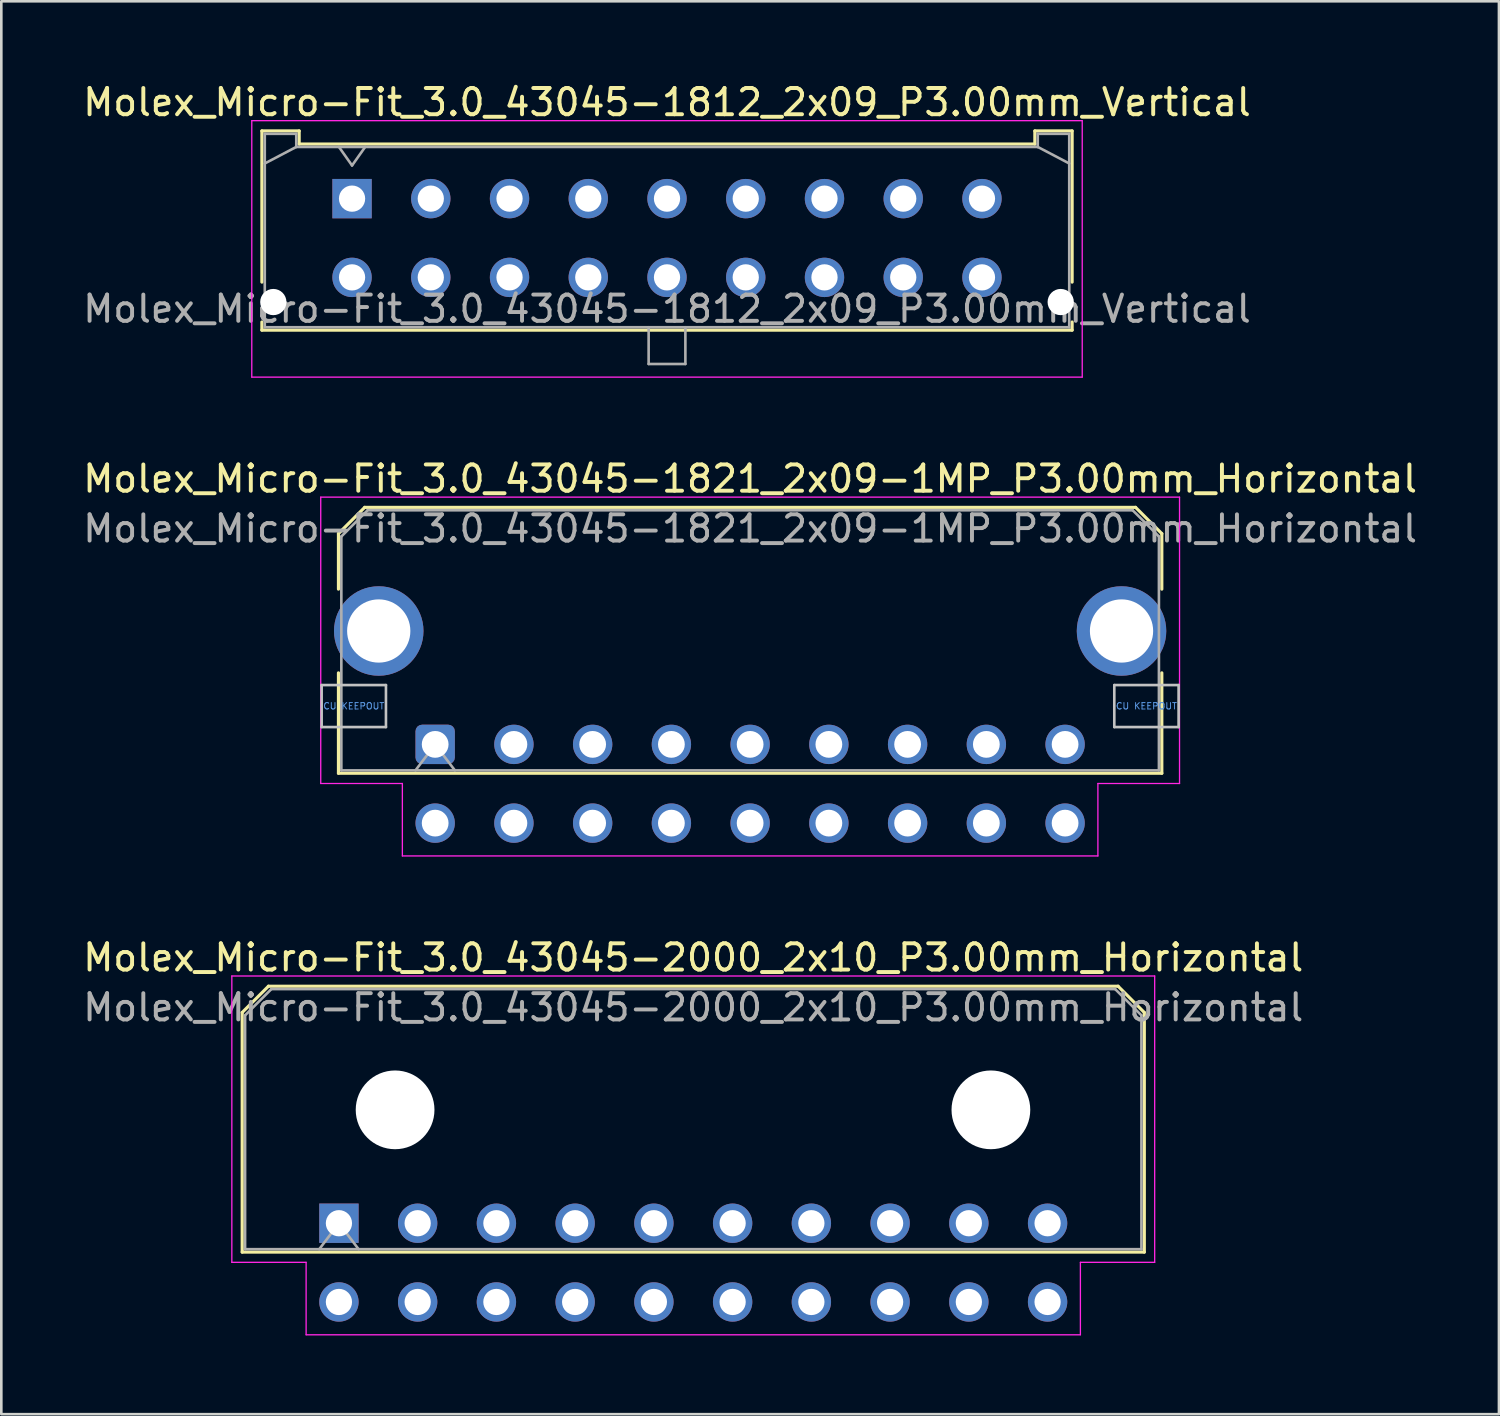
<source format=kicad_pcb>
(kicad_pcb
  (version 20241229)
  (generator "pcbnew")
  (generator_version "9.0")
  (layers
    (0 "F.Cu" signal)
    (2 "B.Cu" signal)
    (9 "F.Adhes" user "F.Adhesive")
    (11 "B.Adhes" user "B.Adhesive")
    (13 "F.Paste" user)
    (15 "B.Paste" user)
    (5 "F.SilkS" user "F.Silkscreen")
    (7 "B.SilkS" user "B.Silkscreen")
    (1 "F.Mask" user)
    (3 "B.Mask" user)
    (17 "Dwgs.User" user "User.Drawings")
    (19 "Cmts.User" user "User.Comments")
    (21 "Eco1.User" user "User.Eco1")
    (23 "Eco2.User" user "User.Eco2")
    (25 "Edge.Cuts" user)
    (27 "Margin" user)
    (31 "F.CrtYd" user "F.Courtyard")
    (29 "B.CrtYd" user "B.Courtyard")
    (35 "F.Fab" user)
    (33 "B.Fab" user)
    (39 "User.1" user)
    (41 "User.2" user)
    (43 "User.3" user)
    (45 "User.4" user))
  (footprint "Molex_Micro-Fit_3.0_43045-1812_2x09_P3.00mm_Vertical"
    (layer "F.Cu")
    (at 10.363 4.518)
    (property "Reference" "Molex_Micro-Fit_3.0_43045-1812_2x09_P3.00mm_Vertical" (at 12 -3.67 0) (layer "F.SilkS") (effects (font (size 1 1) (thickness 0.15))))
    (attr through_hole)
    (fp_line (start -3.435 -2.58) (end -2.015 -2.58) (stroke (width 0.12) (type solid)) (layer "F.SilkS"))
    (fp_line (start -3.435 3.18) (end -3.435 -2.58) (stroke (width 0.12) (type solid)) (layer "F.SilkS"))
    (fp_line (start -3.435 4.7) (end -3.435 5.01) (stroke (width 0.12) (type solid)) (layer "F.SilkS"))
    (fp_line (start -3.435 5.01) (end 27.435 5.01) (stroke (width 0.12) (type solid)) (layer "F.SilkS"))
    (fp_line (start -2.015 -2.58) (end -2.015 -2.08) (stroke (width 0.12) (type solid)) (layer "F.SilkS"))
    (fp_line (start -2.015 -2.08) (end 26.015 -2.08) (stroke (width 0.12) (type solid)) (layer "F.SilkS"))
    (fp_line (start 26.015 -2.58) (end 27.435 -2.58) (stroke (width 0.12) (type solid)) (layer "F.SilkS"))
    (fp_line (start 26.015 -2.08) (end 26.015 -2.58) (stroke (width 0.12) (type solid)) (layer "F.SilkS"))
    (fp_line (start 27.435 -2.58) (end 27.435 3.18) (stroke (width 0.12) (type solid)) (layer "F.SilkS"))
    (fp_line (start 27.435 5.01) (end 27.435 4.7) (stroke (width 0.12) (type solid)) (layer "F.SilkS"))
    (fp_line (start -3.82 -2.97) (end 27.82 -2.97) (stroke (width 0.05) (type solid)) (layer "F.CrtYd"))
    (fp_line (start -3.82 6.8) (end -3.82 -2.97) (stroke (width 0.05) (type solid)) (layer "F.CrtYd"))
    (fp_line (start 27.82 -2.97) (end 27.82 6.8) (stroke (width 0.05) (type solid)) (layer "F.CrtYd"))
    (fp_line (start 27.82 6.8) (end -3.82 6.8) (stroke (width 0.05) (type solid)) (layer "F.CrtYd"))
    (fp_line (start -3.325 -2.47) (end -3.325 4.9) (stroke (width 0.1) (type solid)) (layer "F.Fab"))
    (fp_line (start -3.325 -1.34) (end -2.125 -1.97) (stroke (width 0.1) (type solid)) (layer "F.Fab"))
    (fp_line (start -3.325 4.9) (end 27.325 4.9) (stroke (width 0.1) (type solid)) (layer "F.Fab"))
    (fp_line (start -2.125 -2.47) (end -3.325 -2.47) (stroke (width 0.1) (type solid)) (layer "F.Fab"))
    (fp_line (start -2.125 -1.97) (end -2.125 -2.47) (stroke (width 0.1) (type solid)) (layer "F.Fab"))
    (fp_line (start -0.5 -1.97) (end 0 -1.263) (stroke (width 0.1) (type solid)) (layer "F.Fab"))
    (fp_line (start 0 -1.263) (end 0.5 -1.97) (stroke (width 0.1) (type solid)) (layer "F.Fab"))
    (fp_line (start 11.3 4.9) (end 11.3 6.3) (stroke (width 0.1) (type solid)) (layer "F.Fab"))
    (fp_line (start 11.3 6.3) (end 12.7 6.3) (stroke (width 0.1) (type solid)) (layer "F.Fab"))
    (fp_line (start 12.7 6.3) (end 12.7 4.9) (stroke (width 0.1) (type solid)) (layer "F.Fab"))
    (fp_line (start 26.125 -2.47) (end 26.125 -1.97) (stroke (width 0.1) (type solid)) (layer "F.Fab"))
    (fp_line (start 26.125 -1.97) (end -2.125 -1.97) (stroke (width 0.1) (type solid)) (layer "F.Fab"))
    (fp_line (start 27.325 -2.47) (end 26.125 -2.47) (stroke (width 0.1) (type solid)) (layer "F.Fab"))
    (fp_line (start 27.325 -1.34) (end 26.125 -1.97) (stroke (width 0.1) (type solid)) (layer "F.Fab"))
    (fp_line (start 27.325 4.9) (end 27.325 -2.47) (stroke (width 0.1) (type solid)) (layer "F.Fab"))
    (fp_text user "${REFERENCE}" (at 12 4.2 0) (layer "F.Fab") (effects (font (size 1 1) (thickness 0.15))))
    (pad "" np_thru_hole circle (at -3 3.94) (size 1 1) (drill 1) (layers "*.Cu" "*.Mask"))
    (pad "" np_thru_hole circle (at 27 3.94) (size 1 1) (drill 1) (layers "*.Cu" "*.Mask"))
    (pad "1" thru_hole rect (at 0 0) (size 1.5 1.5) (drill 1) (layers "*.Cu" "*.Mask"))
    (pad "2" thru_hole circle (at 3 0) (size 1.5 1.5) (drill 1) (layers "*.Cu" "*.Mask"))
    (pad "3" thru_hole circle (at 6 0) (size 1.5 1.5) (drill 1) (layers "*.Cu" "*.Mask"))
    (pad "4" thru_hole circle (at 9 0) (size 1.5 1.5) (drill 1) (layers "*.Cu" "*.Mask"))
    (pad "5" thru_hole circle (at 12 0) (size 1.5 1.5) (drill 1) (layers "*.Cu" "*.Mask"))
    (pad "6" thru_hole circle (at 15 0) (size 1.5 1.5) (drill 1) (layers "*.Cu" "*.Mask"))
    (pad "7" thru_hole circle (at 18 0) (size 1.5 1.5) (drill 1) (layers "*.Cu" "*.Mask"))
    (pad "8" thru_hole circle (at 21 0) (size 1.5 1.5) (drill 1) (layers "*.Cu" "*.Mask"))
    (pad "9" thru_hole circle (at 24 0) (size 1.5 1.5) (drill 1) (layers "*.Cu" "*.Mask"))
    (pad "10" thru_hole circle (at 0 3) (size 1.5 1.5) (drill 1) (layers "*.Cu" "*.Mask"))
    (pad "11" thru_hole circle (at 3 3) (size 1.5 1.5) (drill 1) (layers "*.Cu" "*.Mask"))
    (pad "12" thru_hole circle (at 6 3) (size 1.5 1.5) (drill 1) (layers "*.Cu" "*.Mask"))
    (pad "13" thru_hole circle (at 9 3) (size 1.5 1.5) (drill 1) (layers "*.Cu" "*.Mask"))
    (pad "14" thru_hole circle (at 12 3) (size 1.5 1.5) (drill 1) (layers "*.Cu" "*.Mask"))
    (pad "15" thru_hole circle (at 15 3) (size 1.5 1.5) (drill 1) (layers "*.Cu" "*.Mask"))
    (pad "16" thru_hole circle (at 18 3) (size 1.5 1.5) (drill 1) (layers "*.Cu" "*.Mask"))
    (pad "17" thru_hole circle (at 21 3) (size 1.5 1.5) (drill 1) (layers "*.Cu" "*.Mask"))
    (pad "18" thru_hole circle (at 24 3) (size 1.5 1.5) (drill 1) (layers "*.Cu" "*.Mask")))
  (footprint "Molex_Micro-Fit_3.0_43045-2000_2x10_P3.00mm_Horizontal"
    (layer "F.Cu")
    (at 9.863 43.555)
    (property "Reference" "Molex_Micro-Fit_3.0_43045-2000_2x10_P3.00mm_Horizontal" (at 13.5 -10.12 0) (layer "F.SilkS") (effects (font (size 1 1) (thickness 0.15))))
    (attr through_hole)
    (fp_line (start -3.685 -8.03) (end -2.685 -9.03) (stroke (width 0.12) (type solid)) (layer "F.SilkS"))
    (fp_line (start -3.685 1.1) (end -3.685 -8.03) (stroke (width 0.12) (type solid)) (layer "F.SilkS"))
    (fp_line (start -2.685 -9.03) (end 29.685 -9.03) (stroke (width 0.12) (type solid)) (layer "F.SilkS"))
    (fp_line (start 29.685 -9.03) (end 30.685 -8.03) (stroke (width 0.12) (type solid)) (layer "F.SilkS"))
    (fp_line (start 30.685 -8.03) (end 30.685 1.1) (stroke (width 0.12) (type solid)) (layer "F.SilkS"))
    (fp_line (start 30.685 1.1) (end -3.685 1.1) (stroke (width 0.12) (type solid)) (layer "F.SilkS"))
    (fp_line (start -4.08 -9.42) (end 31.08 -9.42) (stroke (width 0.05) (type solid)) (layer "F.CrtYd"))
    (fp_line (start -4.08 1.49) (end -4.08 -9.42) (stroke (width 0.05) (type solid)) (layer "F.CrtYd"))
    (fp_line (start -1.25 1.49) (end -4.08 1.49) (stroke (width 0.05) (type solid)) (layer "F.CrtYd"))
    (fp_line (start -1.25 4.25) (end -1.25 1.49) (stroke (width 0.05) (type solid)) (layer "F.CrtYd"))
    (fp_line (start 28.25 1.49) (end 28.25 4.25) (stroke (width 0.05) (type solid)) (layer "F.CrtYd"))
    (fp_line (start 28.25 4.25) (end -1.25 4.25) (stroke (width 0.05) (type solid)) (layer "F.CrtYd"))
    (fp_line (start 31.08 -9.42) (end 31.08 1.49) (stroke (width 0.05) (type solid)) (layer "F.CrtYd"))
    (fp_line (start 31.08 1.49) (end 28.25 1.49) (stroke (width 0.05) (type solid)) (layer "F.CrtYd"))
    (fp_line (start -3.575 -7.92) (end -2.575 -8.92) (stroke (width 0.1) (type solid)) (layer "F.Fab"))
    (fp_line (start -3.575 0.99) (end -3.575 -7.92) (stroke (width 0.1) (type solid)) (layer "F.Fab"))
    (fp_line (start -2.575 -8.92) (end 29.575 -8.92) (stroke (width 0.1) (type solid)) (layer "F.Fab"))
    (fp_line (start -0.75 0.99) (end 0 0) (stroke (width 0.1) (type solid)) (layer "F.Fab"))
    (fp_line (start 0 0) (end 0.75 0.99) (stroke (width 0.1) (type solid)) (layer "F.Fab"))
    (fp_line (start 29.575 -8.92) (end 30.575 -7.92) (stroke (width 0.1) (type solid)) (layer "F.Fab"))
    (fp_line (start 30.575 -7.92) (end 30.575 0.99) (stroke (width 0.1) (type solid)) (layer "F.Fab"))
    (fp_line (start 30.575 0.99) (end -3.575 0.99) (stroke (width 0.1) (type solid)) (layer "F.Fab"))
    (fp_text user "${REFERENCE}" (at 13.5 -8.22 0) (layer "F.Fab") (effects (font (size 1 1) (thickness 0.15))))
    (pad "" np_thru_hole circle (at 2.14 -4.32) (size 3 3) (drill 3) (layers "*.Cu" "*.Mask"))
    (pad "" np_thru_hole circle (at 24.84 -4.32) (size 3 3) (drill 3) (layers "*.Cu" "*.Mask"))
    (pad "1" thru_hole rect (at 0 0) (size 1.5 1.5) (drill 1) (layers "*.Cu" "*.Mask"))
    (pad "2" thru_hole circle (at 3 0) (size 1.5 1.5) (drill 1) (layers "*.Cu" "*.Mask"))
    (pad "3" thru_hole circle (at 6 0) (size 1.5 1.5) (drill 1) (layers "*.Cu" "*.Mask"))
    (pad "4" thru_hole circle (at 9 0) (size 1.5 1.5) (drill 1) (layers "*.Cu" "*.Mask"))
    (pad "5" thru_hole circle (at 12 0) (size 1.5 1.5) (drill 1) (layers "*.Cu" "*.Mask"))
    (pad "6" thru_hole circle (at 15 0) (size 1.5 1.5) (drill 1) (layers "*.Cu" "*.Mask"))
    (pad "7" thru_hole circle (at 18 0) (size 1.5 1.5) (drill 1) (layers "*.Cu" "*.Mask"))
    (pad "8" thru_hole circle (at 21 0) (size 1.5 1.5) (drill 1) (layers "*.Cu" "*.Mask"))
    (pad "9" thru_hole circle (at 24 0) (size 1.5 1.5) (drill 1) (layers "*.Cu" "*.Mask"))
    (pad "10" thru_hole circle (at 27 0) (size 1.5 1.5) (drill 1) (layers "*.Cu" "*.Mask"))
    (pad "11" thru_hole circle (at 0 3) (size 1.5 1.5) (drill 1) (layers "*.Cu" "*.Mask"))
    (pad "12" thru_hole circle (at 3 3) (size 1.5 1.5) (drill 1) (layers "*.Cu" "*.Mask"))
    (pad "13" thru_hole circle (at 6 3) (size 1.5 1.5) (drill 1) (layers "*.Cu" "*.Mask"))
    (pad "14" thru_hole circle (at 9 3) (size 1.5 1.5) (drill 1) (layers "*.Cu" "*.Mask"))
    (pad "15" thru_hole circle (at 12 3) (size 1.5 1.5) (drill 1) (layers "*.Cu" "*.Mask"))
    (pad "16" thru_hole circle (at 15 3) (size 1.5 1.5) (drill 1) (layers "*.Cu" "*.Mask"))
    (pad "17" thru_hole circle (at 18 3) (size 1.5 1.5) (drill 1) (layers "*.Cu" "*.Mask"))
    (pad "18" thru_hole circle (at 21 3) (size 1.5 1.5) (drill 1) (layers "*.Cu" "*.Mask"))
    (pad "19" thru_hole circle (at 24 3) (size 1.5 1.5) (drill 1) (layers "*.Cu" "*.Mask"))
    (pad "20" thru_hole circle (at 27 3) (size 1.5 1.5) (drill 1) (layers "*.Cu" "*.Mask")))
  (footprint "Molex_Micro-Fit_3.0_43045-1821_2x09-1MP_P3.00mm_Horizontal"
    (layer "F.Cu")
    (at 13.53 25.311)
    (property "Reference" "Molex_Micro-Fit_3.0_43045-1821_2x09-1MP_P3.00mm_Horizontal" (at 12 -10.12 0) (layer "F.SilkS") (effects (font (size 1 1) (thickness 0.15))))
    (attr through_hole)
    (fp_line (start -3.685 -8.03) (end -2.685 -9.03) (stroke (width 0.12) (type solid)) (layer "F.SilkS"))
    (fp_line (start -3.685 -5.915) (end -3.685 -8.03) (stroke (width 0.12) (type solid)) (layer "F.SilkS"))
    (fp_line (start -3.685 -2.725) (end -3.685 1.1) (stroke (width 0.12) (type solid)) (layer "F.SilkS"))
    (fp_line (start -3.685 1.1) (end 27.685 1.1) (stroke (width 0.12) (type solid)) (layer "F.SilkS"))
    (fp_line (start -2.685 -9.03) (end 26.685 -9.03) (stroke (width 0.12) (type solid)) (layer "F.SilkS"))
    (fp_line (start 26.685 -9.03) (end 27.685 -8.03) (stroke (width 0.12) (type solid)) (layer "F.SilkS"))
    (fp_line (start 27.685 -8.03) (end 27.685 -5.915) (stroke (width 0.12) (type solid)) (layer "F.SilkS"))
    (fp_line (start 27.685 1.1) (end 27.685 -2.725) (stroke (width 0.12) (type solid)) (layer "F.SilkS"))
    (fp_line (start -4.325 -2.26) (end -4.325 -0.66) (stroke (width 0.1) (type solid)) (layer "Dwgs.User"))
    (fp_line (start -4.325 -0.66) (end -1.875 -0.66) (stroke (width 0.1) (type solid)) (layer "Dwgs.User"))
    (fp_line (start -1.875 -2.26) (end -4.325 -2.26) (stroke (width 0.1) (type solid)) (layer "Dwgs.User"))
    (fp_line (start -1.875 -0.66) (end -1.875 -2.26) (stroke (width 0.1) (type solid)) (layer "Dwgs.User"))
    (fp_line (start 25.875 -2.26) (end 25.875 -0.66) (stroke (width 0.1) (type solid)) (layer "Dwgs.User"))
    (fp_line (start 25.875 -0.66) (end 28.325 -0.66) (stroke (width 0.1) (type solid)) (layer "Dwgs.User"))
    (fp_line (start 28.325 -2.26) (end 25.875 -2.26) (stroke (width 0.1) (type solid)) (layer "Dwgs.User"))
    (fp_line (start 28.325 -0.66) (end 28.325 -2.26) (stroke (width 0.1) (type solid)) (layer "Dwgs.User"))
    (fp_line (start -4.36 -9.42) (end 28.36 -9.42) (stroke (width 0.05) (type solid)) (layer "F.CrtYd"))
    (fp_line (start -4.36 1.49) (end -4.36 -9.42) (stroke (width 0.05) (type solid)) (layer "F.CrtYd"))
    (fp_line (start -1.25 1.49) (end -4.36 1.49) (stroke (width 0.05) (type solid)) (layer "F.CrtYd"))
    (fp_line (start -1.25 4.25) (end -1.25 1.49) (stroke (width 0.05) (type solid)) (layer "F.CrtYd"))
    (fp_line (start 25.25 1.49) (end 25.25 4.25) (stroke (width 0.05) (type solid)) (layer "F.CrtYd"))
    (fp_line (start 25.25 4.25) (end -1.25 4.25) (stroke (width 0.05) (type solid)) (layer "F.CrtYd"))
    (fp_line (start 28.36 -9.42) (end 28.36 1.49) (stroke (width 0.05) (type solid)) (layer "F.CrtYd"))
    (fp_line (start 28.36 1.49) (end 25.25 1.49) (stroke (width 0.05) (type solid)) (layer "F.CrtYd"))
    (fp_line (start -3.575 -7.92) (end -2.575 -8.92) (stroke (width 0.1) (type solid)) (layer "F.Fab"))
    (fp_line (start -3.575 0.99) (end -3.575 -7.92) (stroke (width 0.1) (type solid)) (layer "F.Fab"))
    (fp_line (start -2.575 -8.92) (end 26.575 -8.92) (stroke (width 0.1) (type solid)) (layer "F.Fab"))
    (fp_line (start -0.75 0.99) (end 0 0) (stroke (width 0.1) (type solid)) (layer "F.Fab"))
    (fp_line (start 0 0) (end 0.75 0.99) (stroke (width 0.1) (type solid)) (layer "F.Fab"))
    (fp_line (start 26.575 -8.92) (end 27.575 -7.92) (stroke (width 0.1) (type solid)) (layer "F.Fab"))
    (fp_line (start 27.575 -7.92) (end 27.575 0.99) (stroke (width 0.1) (type solid)) (layer "F.Fab"))
    (fp_line (start 27.575 0.99) (end -3.575 0.99) (stroke (width 0.1) (type solid)) (layer "F.Fab"))
    (fp_text user "CU KEEPOUT" (at -3.1 -1.46 0) (layer "Cmts.User") (effects (font (size 0.245 0.245) (thickness 0.037))))
    (fp_text user "CU KEEPOUT" (at 27.1 -1.46 0) (layer "Cmts.User") (effects (font (size 0.245 0.245) (thickness 0.037))))
    (fp_text user "${REFERENCE}" (at 12 -8.22 0) (layer "F.Fab") (effects (font (size 1 1) (thickness 0.15))))
    (pad "1" thru_hole roundrect (at 0 0) (size 1.5 1.5) (drill 1.02) (layers "*.Cu" "*.Mask") (roundrect_rratio 0.167))
    (pad "2" thru_hole circle (at 3 0) (size 1.5 1.5) (drill 1.02) (layers "*.Cu" "*.Mask"))
    (pad "3" thru_hole circle (at 6 0) (size 1.5 1.5) (drill 1.02) (layers "*.Cu" "*.Mask"))
    (pad "4" thru_hole circle (at 9 0) (size 1.5 1.5) (drill 1.02) (layers "*.Cu" "*.Mask"))
    (pad "5" thru_hole circle (at 12 0) (size 1.5 1.5) (drill 1.02) (layers "*.Cu" "*.Mask"))
    (pad "6" thru_hole circle (at 15 0) (size 1.5 1.5) (drill 1.02) (layers "*.Cu" "*.Mask"))
    (pad "7" thru_hole circle (at 18 0) (size 1.5 1.5) (drill 1.02) (layers "*.Cu" "*.Mask"))
    (pad "8" thru_hole circle (at 21 0) (size 1.5 1.5) (drill 1.02) (layers "*.Cu" "*.Mask"))
    (pad "9" thru_hole circle (at 24 0) (size 1.5 1.5) (drill 1.02) (layers "*.Cu" "*.Mask"))
    (pad "10" thru_hole circle (at 0 3) (size 1.5 1.5) (drill 1.02) (layers "*.Cu" "*.Mask"))
    (pad "11" thru_hole circle (at 3 3) (size 1.5 1.5) (drill 1.02) (layers "*.Cu" "*.Mask"))
    (pad "12" thru_hole circle (at 6 3) (size 1.5 1.5) (drill 1.02) (layers "*.Cu" "*.Mask"))
    (pad "13" thru_hole circle (at 9 3) (size 1.5 1.5) (drill 1.02) (layers "*.Cu" "*.Mask"))
    (pad "14" thru_hole circle (at 12 3) (size 1.5 1.5) (drill 1.02) (layers "*.Cu" "*.Mask"))
    (pad "15" thru_hole circle (at 15 3) (size 1.5 1.5) (drill 1.02) (layers "*.Cu" "*.Mask"))
    (pad "16" thru_hole circle (at 18 3) (size 1.5 1.5) (drill 1.02) (layers "*.Cu" "*.Mask"))
    (pad "17" thru_hole circle (at 21 3) (size 1.5 1.5) (drill 1.02) (layers "*.Cu" "*.Mask"))
    (pad "18" thru_hole circle (at 24 3) (size 1.5 1.5) (drill 1.02) (layers "*.Cu" "*.Mask"))
    (pad "MP" thru_hole circle (at -2.15 -4.32) (size 3.41 3.41) (drill 2.41) (layers "*.Cu" "*.Mask"))
    (pad "MP" thru_hole circle (at 26.15 -4.32) (size 3.41 3.41) (drill 2.41) (layers "*.Cu" "*.Mask")))
  (gr_rect
    (start -3 -3)
    (end 54.06 50.83)
    (stroke (width 0.1) (type default))
    (fill no)
    (layer "Edge.Cuts")))
</source>
